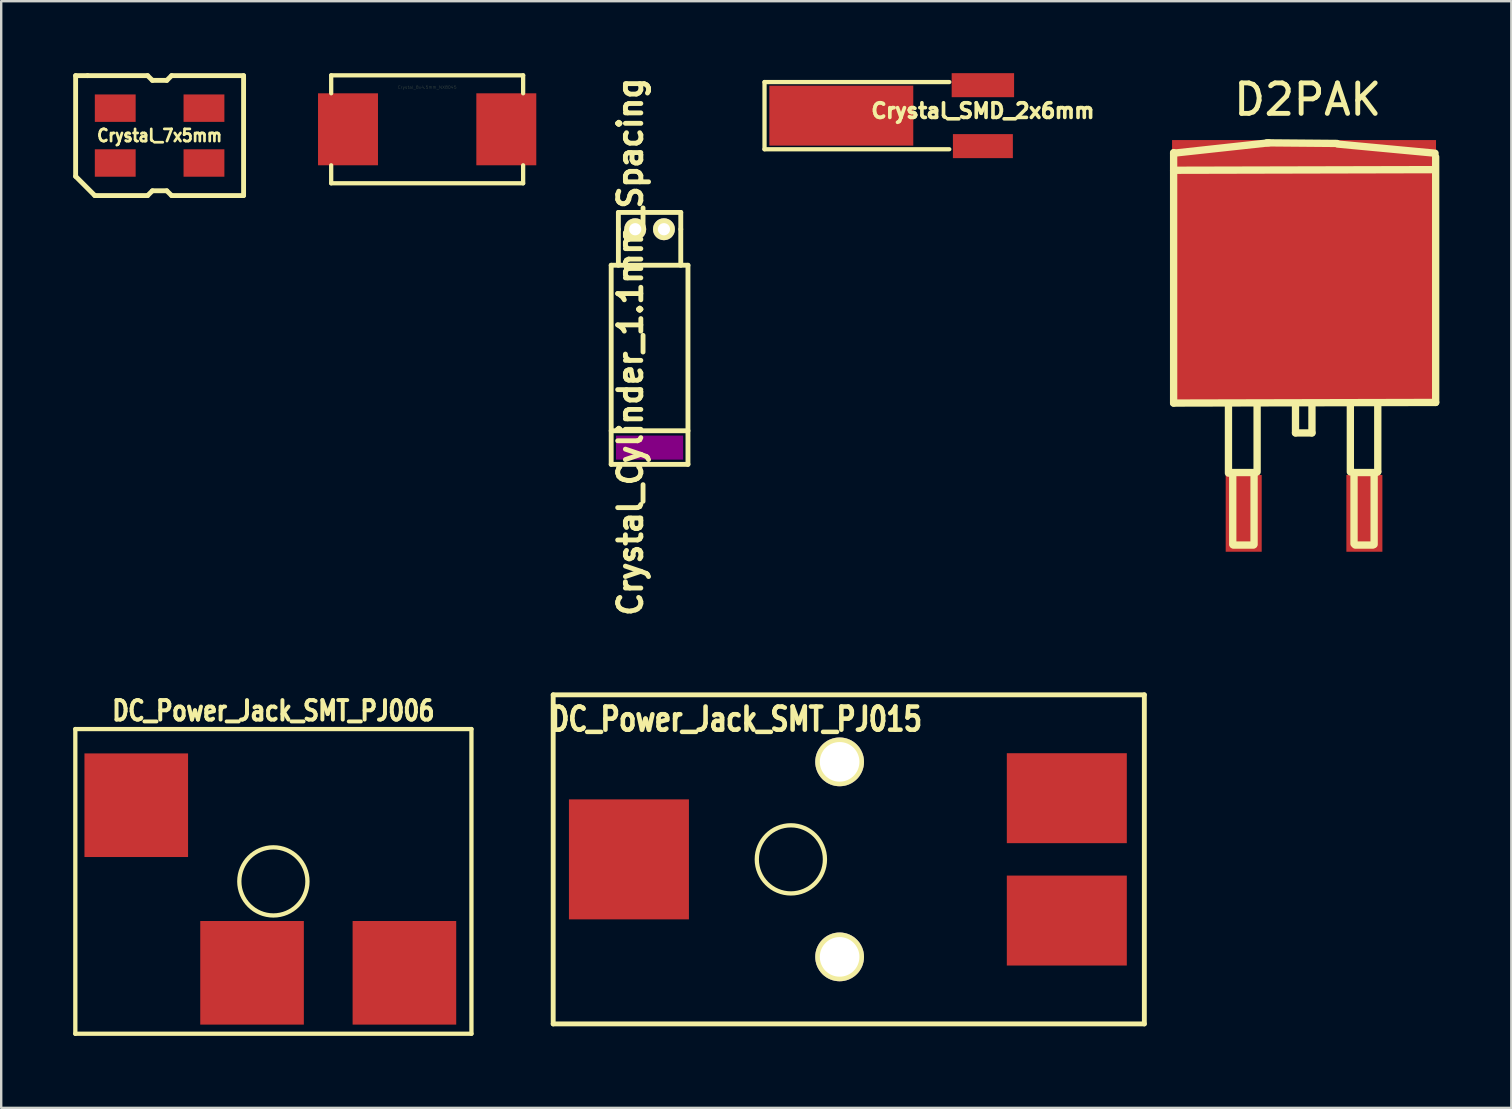
<source format=kicad_pcb>
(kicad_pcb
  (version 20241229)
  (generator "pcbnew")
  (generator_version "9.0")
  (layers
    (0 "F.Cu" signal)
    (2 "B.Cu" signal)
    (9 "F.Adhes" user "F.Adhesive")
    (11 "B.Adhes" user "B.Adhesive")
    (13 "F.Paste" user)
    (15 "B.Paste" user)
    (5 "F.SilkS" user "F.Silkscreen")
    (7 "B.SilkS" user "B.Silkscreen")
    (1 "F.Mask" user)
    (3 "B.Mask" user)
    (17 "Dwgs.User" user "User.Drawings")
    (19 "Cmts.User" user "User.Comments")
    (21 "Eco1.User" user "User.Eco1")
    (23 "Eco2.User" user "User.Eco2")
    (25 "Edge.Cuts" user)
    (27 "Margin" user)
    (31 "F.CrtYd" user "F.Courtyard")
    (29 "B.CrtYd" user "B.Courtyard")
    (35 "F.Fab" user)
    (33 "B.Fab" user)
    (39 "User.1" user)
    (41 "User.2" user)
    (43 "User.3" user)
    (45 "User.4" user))
  (footprint "Crystal_Cylinder_1.1mm_Spacing"
    (layer "F.Cu")
    (at 24.023 6.504)
    (property "Reference" "Crystal_Cylinder_1.1mm_Spacing" (at -0.8 4.9 90) (layer "F.SilkS") (effects (font (size 0.965 0.914) (thickness 0.203))))
    (attr through_hole)
    (fp_line (start -1.6 1.501) (end -1.6 9.799) (stroke (width 0.203) (type solid)) (layer "F.SilkS"))
    (fp_line (start -1.6 1.501) (end 1.6 1.501) (stroke (width 0.203) (type solid)) (layer "F.SilkS"))
    (fp_line (start -1.6 9.799) (end 1.6 9.799) (stroke (width 0.203) (type solid)) (layer "F.SilkS"))
    (fp_line (start -1.3 -0.701) (end 1.3 -0.701) (stroke (width 0.203) (type solid)) (layer "F.SilkS"))
    (fp_line (start -1.3 0) (end -1.3 -0.701) (stroke (width 0.203) (type solid)) (layer "F.SilkS"))
    (fp_line (start -1.3 0) (end -1.3 1.501) (stroke (width 0.203) (type solid)) (layer "F.SilkS"))
    (fp_line (start 1.3 -0.701) (end 1.3 0) (stroke (width 0.203) (type solid)) (layer "F.SilkS"))
    (fp_line (start 1.3 1.501) (end 1.3 0) (stroke (width 0.203) (type solid)) (layer "F.SilkS"))
    (fp_line (start 1.6 8.4) (end -1.6 8.4) (stroke (width 0.203) (type solid)) (layer "F.SilkS"))
    (fp_line (start 1.6 9.799) (end 1.6 1.501) (stroke (width 0.203) (type solid)) (layer "F.SilkS"))
    (pad "" smd rect (at 0 9.101) (size 2.799 1.001) (layers "F.Adhes"))
    (pad "1" thru_hole circle (at -0.599 0) (size 0.914 0.914) (drill 0.508) (layers "*.Cu" "*.Mask" "F.SilkS"))
    (pad "2" thru_hole circle (at 0.599 0) (size 0.914 0.914) (drill 0.508) (layers "*.Cu" "*.Mask" "F.SilkS")))
  (footprint "DC_Power_Jack_SMT_PJ006"
    (layer "F.Cu")
    (at 8.344 33.685)
    (property "Reference" "DC_Power_Jack_SMT_PJ006" (at 0 -7.112 0) (layer "F.SilkS") (effects (font (size 0.813 0.66) (thickness 0.165))))
    (attr smd)
    (fp_line (start -8.255 -6.35) (end 8.255 -6.35) (stroke (width 0.178) (type solid)) (layer "F.SilkS"))
    (fp_line (start -8.255 6.35) (end -8.255 -6.35) (stroke (width 0.178) (type solid)) (layer "F.SilkS"))
    (fp_line (start 8.255 -6.35) (end 8.255 6.35) (stroke (width 0.178) (type solid)) (layer "F.SilkS"))
    (fp_line (start 8.255 6.35) (end -8.255 6.35) (stroke (width 0.178) (type solid)) (layer "F.SilkS"))
    (fp_circle (center 0 0) (end 0.635 -1.27) (stroke (width 0.178) (type solid)) (fill no) (layer "F.SilkS"))
    (pad "1" smd rect (at -5.715 -3.175) (size 4.318 4.318) (layers "F.Cu" "F.Mask" "F.Paste"))
    (pad "2" smd rect (at -0.889 3.81) (size 4.318 4.318) (layers "F.Cu" "F.Mask" "F.Paste"))
    (pad "3" smd rect (at 5.461 3.81) (size 4.318 4.318) (layers "F.Cu" "F.Mask" "F.Paste")))
  (footprint "Crystal_SMD_2x6mm"
    (layer "F.Cu")
    (at 35.814 1.77)
    (property "Reference" "Crystal_SMD_2x6mm" (at 2.101 -0.201 0) (layer "F.SilkS") (effects (font (size 0.61 0.61) (thickness 0.152))))
    (attr through_hole)
    (fp_line (start -7 -1.4) (end -7 1.4) (stroke (width 0.178) (type solid)) (layer "F.SilkS"))
    (fp_line (start -7 -1.4) (end 0.701 -1.4) (stroke (width 0.178) (type solid)) (layer "F.SilkS"))
    (fp_line (start -7 1.4) (end 0.701 1.4) (stroke (width 0.178) (type solid)) (layer "F.SilkS"))
    (pad "1" smd rect (at 2.101 -1.27) (size 2.601 1.001) (layers "F.Cu" "F.Mask" "F.Paste"))
    (pad "2" smd rect (at 2.101 1.27) (size 2.499 1.001) (layers "F.Cu" "F.Mask" "F.Paste"))
    (pad "3" smd rect (at -3.8 0) (size 5.999 2.499) (layers "F.Cu" "F.Mask" "F.Paste")))
  (footprint "Crystal_8x4.5mm_NX8045"
    (layer "F.Cu")
    (at 14.753 2.339)
    (property "Reference" "Crystal_8x4.5mm_NX8045" (at 0 -1.75 0) (layer "F.SilkS") (effects (font (size 0.127 0.127) (thickness 0.003))))
    (attr smd)
    (fp_line (start -4 -2.25) (end -4 -1.501) (stroke (width 0.178) (type solid)) (layer "F.SilkS"))
    (fp_line (start -4 2.25) (end -4 1.501) (stroke (width 0.178) (type solid)) (layer "F.SilkS"))
    (fp_line (start -4 2.25) (end 4 2.25) (stroke (width 0.178) (type solid)) (layer "F.SilkS"))
    (fp_line (start 4 -2.25) (end -4 -2.25) (stroke (width 0.178) (type solid)) (layer "F.SilkS"))
    (fp_line (start 4 -2.25) (end 4 -1.501) (stroke (width 0.178) (type solid)) (layer "F.SilkS"))
    (fp_line (start 4 2.25) (end 4 1.501) (stroke (width 0.178) (type solid)) (layer "F.SilkS"))
    (pad "1" smd rect (at -3.299 0) (size 2.499 3) (layers "F.Cu" "F.Mask" "F.Paste"))
    (pad "2" smd rect (at 3.299 0) (size 2.499 3) (layers "F.Cu" "F.Mask" "F.Paste")))
  (footprint "DC_Power_Jack_SMT_PJ015"
    (layer "F.Cu")
    (at 29.912 32.767)
    (property "Reference" "DC_Power_Jack_SMT_PJ015" (at -2.286 -5.842 0) (layer "F.SilkS") (effects (font (size 0.965 0.762) (thickness 0.191))))
    (attr smd)
    (fp_line (start -9.906 6.858) (end -9.906 -6.858) (stroke (width 0.203) (type solid)) (layer "F.SilkS"))
    (fp_line (start -9.906 6.858) (end 14.732 6.858) (stroke (width 0.203) (type solid)) (layer "F.SilkS"))
    (fp_line (start 14.732 -6.858) (end -9.906 -6.858) (stroke (width 0.203) (type solid)) (layer "F.SilkS"))
    (fp_line (start 14.732 -6.858) (end 14.732 6.858) (stroke (width 0.203) (type solid)) (layer "F.SilkS"))
    (fp_circle (center 0 0) (end 0.635 -1.27) (stroke (width 0.178) (type solid)) (fill no) (layer "F.SilkS"))
    (pad "1" smd rect (at -6.749 0) (size 5.001 5.001) (layers "F.Cu" "F.Mask" "F.Paste"))
    (pad "2" smd rect (at 11.501 2.55) (size 5.001 3.749) (layers "F.Cu" "F.Mask" "F.Paste"))
    (pad "3" smd rect (at 11.501 -2.55) (size 5.001 3.749) (layers "F.Cu" "F.Mask" "F.Paste"))
    (pad "4" thru_hole circle (at 2.032 -4.064) (size 2.032 2.032) (drill 1.651) (layers "*.Cu" "F.SilkS"))
    (pad "4" thru_hole circle (at 2.032 4.064) (size 2.032 2.032) (drill 1.651) (layers "*.Cu" "F.SilkS")))
  (footprint "D2PAK"
    (layer "F.Cu")
    (at 51.3 11.996)
    (property "Reference" "D2PAK" (at 0.152 -10.897 0) (layer "F.SilkS") (effects (font (size 1.27 1.27) (thickness 0.203))))
    (attr smd)
    (fp_line (start -5.436 -8.661) (end -1.473 -9.093) (stroke (width 0.305) (type solid)) (layer "F.SilkS"))
    (fp_line (start -5.436 -7.95) (end 5.436 -7.976) (stroke (width 0.305) (type solid)) (layer "F.SilkS"))
    (fp_line (start -5.436 1.753) (end -5.436 -8.687) (stroke (width 0.305) (type solid)) (layer "F.SilkS"))
    (fp_line (start -3.15 4.674) (end -3.15 1.829) (stroke (width 0.305) (type solid)) (layer "F.SilkS"))
    (fp_line (start -3.073 4.648) (end -2.032 4.648) (stroke (width 0.305) (type solid)) (layer "F.SilkS"))
    (fp_line (start -2.972 4.699) (end -2.972 7.645) (stroke (width 0.305) (type solid)) (layer "F.SilkS"))
    (fp_line (start -2.946 7.671) (end -2.108 7.671) (stroke (width 0.305) (type solid)) (layer "F.SilkS"))
    (fp_line (start -2.083 4.724) (end -2.083 7.645) (stroke (width 0.305) (type solid)) (layer "F.SilkS"))
    (fp_line (start -1.956 1.778) (end -1.981 1.778) (stroke (width 0.305) (type solid)) (layer "F.SilkS"))
    (fp_line (start -1.956 4.623) (end -1.956 1.778) (stroke (width 0.305) (type solid)) (layer "F.SilkS"))
    (fp_line (start -1.549 -9.093) (end 1.372 -9.068) (stroke (width 0.305) (type solid)) (layer "F.SilkS"))
    (fp_line (start -0.356 1.803) (end -0.356 2.997) (stroke (width 0.305) (type solid)) (layer "F.SilkS"))
    (fp_line (start -0.356 2.997) (end 0.33 2.997) (stroke (width 0.305) (type solid)) (layer "F.SilkS"))
    (fp_line (start 0.33 2.997) (end 0.33 1.88) (stroke (width 0.305) (type solid)) (layer "F.SilkS"))
    (fp_line (start 1.397 -9.042) (end 5.461 -8.661) (stroke (width 0.305) (type solid)) (layer "F.SilkS"))
    (fp_line (start 1.93 1.829) (end 1.93 4.623) (stroke (width 0.305) (type solid)) (layer "F.SilkS"))
    (fp_line (start 2.057 4.648) (end 2.921 4.648) (stroke (width 0.305) (type solid)) (layer "F.SilkS"))
    (fp_line (start 2.083 4.648) (end 2.083 7.62) (stroke (width 0.305) (type solid)) (layer "F.SilkS"))
    (fp_line (start 2.134 7.671) (end 2.87 7.671) (stroke (width 0.305) (type solid)) (layer "F.SilkS"))
    (fp_line (start 2.921 4.699) (end 2.921 7.645) (stroke (width 0.305) (type solid)) (layer "F.SilkS"))
    (fp_line (start 3.023 4.648) (end 3.073 4.623) (stroke (width 0.305) (type solid)) (layer "F.SilkS"))
    (fp_line (start 3.073 1.854) (end 3.073 4.597) (stroke (width 0.305) (type solid)) (layer "F.SilkS"))
    (fp_line (start 5.486 -8.509) (end 5.486 1.727) (stroke (width 0.305) (type solid)) (layer "F.SilkS"))
    (fp_line (start 5.486 1.727) (end -5.436 1.753) (stroke (width 0.305) (type solid)) (layer "F.SilkS"))
    (pad "1" smd rect (at -2.515 6.35) (size 1.501 3.2) (layers "F.Cu" "F.Mask" "F.Paste"))
    (pad "2" smd rect (at 0 -3.708) (size 11.001 11.001) (layers "F.Cu" "F.Mask" "F.Paste"))
    (pad "3" smd rect (at 2.515 6.35) (size 1.501 3.2) (layers "F.Cu" "F.Mask" "F.Paste")))
  (footprint "Crystal_7x5mm"
    (layer "F.Cu")
    (at 3.602 2.601)
    (property "Reference" "Crystal_7x5mm" (at 0 0 0) (layer "F.SilkS") (effects (font (size 0.508 0.457) (thickness 0.114))))
    (attr smd)
    (fp_line (start -3.5 -2.499) (end -3.5 1.699) (stroke (width 0.203) (type solid)) (layer "F.SilkS"))
    (fp_line (start -3 -2.499) (end -3.5 -2.499) (stroke (width 0.203) (type solid)) (layer "F.SilkS"))
    (fp_line (start -2.7 2.499) (end -3.5 1.699) (stroke (width 0.203) (type solid)) (layer "F.SilkS"))
    (fp_line (start -0.5 -2.499) (end -3 -2.499) (stroke (width 0.203) (type solid)) (layer "F.SilkS"))
    (fp_line (start -0.5 2.499) (end -2.7 2.499) (stroke (width 0.203) (type solid)) (layer "F.SilkS"))
    (fp_line (start -0.5 2.499) (end -0.3 2.301) (stroke (width 0.203) (type solid)) (layer "F.SilkS"))
    (fp_line (start -0.3 -2.301) (end -0.5 -2.499) (stroke (width 0.203) (type solid)) (layer "F.SilkS"))
    (fp_line (start -0.3 2.301) (end 0.3 2.301) (stroke (width 0.203) (type solid)) (layer "F.SilkS"))
    (fp_line (start 0.3 -2.301) (end -0.3 -2.301) (stroke (width 0.203) (type solid)) (layer "F.SilkS"))
    (fp_line (start 0.3 2.301) (end 0.5 2.499) (stroke (width 0.203) (type solid)) (layer "F.SilkS"))
    (fp_line (start 0.5 -2.499) (end 0.3 -2.301) (stroke (width 0.203) (type solid)) (layer "F.SilkS"))
    (fp_line (start 0.5 2.499) (end 3.5 2.499) (stroke (width 0.203) (type solid)) (layer "F.SilkS"))
    (fp_line (start 3.5 -2.499) (end 0.5 -2.499) (stroke (width 0.203) (type solid)) (layer "F.SilkS"))
    (fp_line (start 3.5 2.499) (end 3.5 -2.499) (stroke (width 0.203) (type solid)) (layer "F.SilkS"))
    (pad "1" smd rect (at -1.849 1.143) (size 1.702 1.143) (layers "F.Cu" "F.Mask" "F.Paste"))
    (pad "2" smd rect (at 1.849 1.143) (size 1.702 1.143) (layers "F.Cu" "F.Mask" "F.Paste"))
    (pad "3" smd rect (at 1.849 -1.143) (size 1.702 1.143) (layers "F.Cu" "F.Mask" "F.Paste"))
    (pad "4" smd rect (at -1.849 -1.143) (size 1.702 1.143) (layers "F.Cu" "F.Mask" "F.Paste")))
  (gr_rect
    (start -3 -3)
    (end 59.939 43.124)
    (stroke (width 0.1) (type default))
    (fill no)
    (layer "Edge.Cuts")))
</source>
